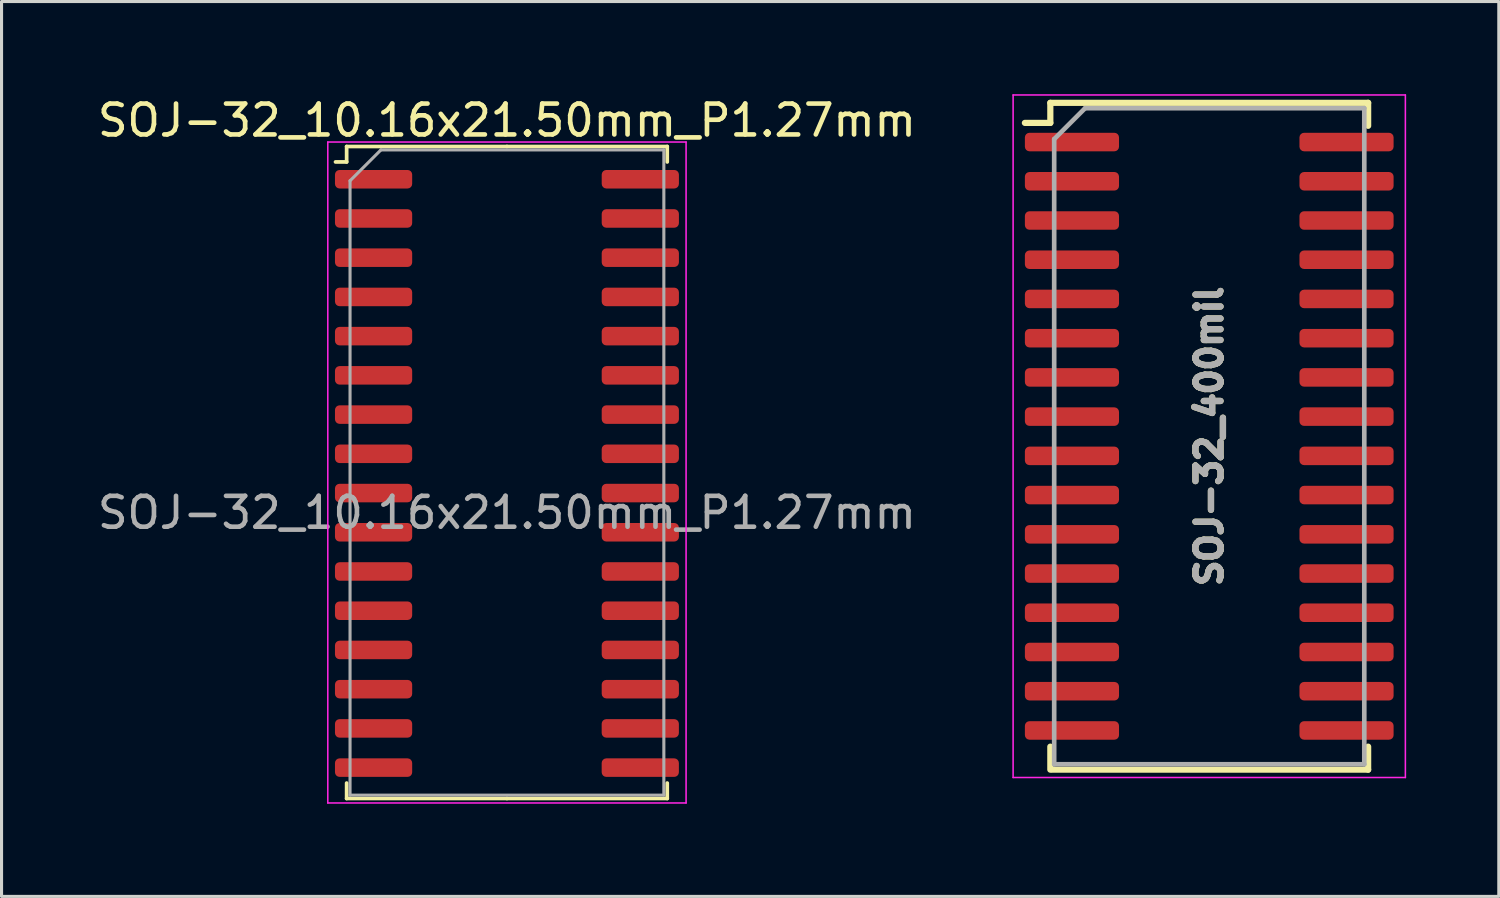
<source format=kicad_pcb>
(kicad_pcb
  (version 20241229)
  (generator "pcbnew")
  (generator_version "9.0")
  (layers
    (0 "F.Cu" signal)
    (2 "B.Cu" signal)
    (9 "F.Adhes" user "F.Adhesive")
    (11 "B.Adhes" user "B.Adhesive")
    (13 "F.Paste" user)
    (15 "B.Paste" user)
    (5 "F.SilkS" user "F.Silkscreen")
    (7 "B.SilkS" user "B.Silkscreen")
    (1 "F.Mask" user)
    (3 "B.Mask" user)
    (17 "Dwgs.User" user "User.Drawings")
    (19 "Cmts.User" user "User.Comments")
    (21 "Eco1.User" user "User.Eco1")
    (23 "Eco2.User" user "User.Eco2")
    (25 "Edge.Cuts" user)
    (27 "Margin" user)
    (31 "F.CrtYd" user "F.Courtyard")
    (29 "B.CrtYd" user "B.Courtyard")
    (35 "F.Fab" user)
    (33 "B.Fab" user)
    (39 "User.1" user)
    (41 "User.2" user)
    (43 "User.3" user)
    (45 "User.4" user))
  (footprint "SOJ-32_10.16x21.50mm_P1.27mm"
    (layer "F.Cu")
    (at 13.363 13.548)
    (property "Reference" "SOJ-32_10.16x21.50mm_P1.27mm" (at 0 -12.7 0) (layer "F.SilkS") (effects (font (size 1 1) (thickness 0.15))))
    (attr smd)
    (fp_line (start -5.19 -11.855) (end -5.19 -11.355) (stroke (width 0.12) (type solid)) (layer "F.SilkS"))
    (fp_line (start -5.19 -11.355) (end -5.55 -11.355) (stroke (width 0.12) (type solid)) (layer "F.SilkS"))
    (fp_line (start -5.19 9.255) (end -5.19 8.755) (stroke (width 0.12) (type solid)) (layer "F.SilkS"))
    (fp_line (start 0 -11.855) (end -5.19 -11.855) (stroke (width 0.12) (type solid)) (layer "F.SilkS"))
    (fp_line (start 0 -11.855) (end 5.19 -11.855) (stroke (width 0.12) (type solid)) (layer "F.SilkS"))
    (fp_line (start 0 9.255) (end -5.19 9.255) (stroke (width 0.12) (type solid)) (layer "F.SilkS"))
    (fp_line (start 0 9.255) (end 5.19 9.255) (stroke (width 0.12) (type solid)) (layer "F.SilkS"))
    (fp_line (start 5.19 -11.855) (end 5.19 -11.355) (stroke (width 0.12) (type solid)) (layer "F.SilkS"))
    (fp_line (start 5.19 9.255) (end 5.19 8.755) (stroke (width 0.12) (type solid)) (layer "F.SilkS"))
    (fp_line (start -5.8 -12) (end -5.8 9.4) (stroke (width 0.05) (type solid)) (layer "F.CrtYd"))
    (fp_line (start -5.8 9.4) (end 5.8 9.4) (stroke (width 0.05) (type solid)) (layer "F.CrtYd"))
    (fp_line (start 5.8 -12) (end -5.8 -12) (stroke (width 0.05) (type solid)) (layer "F.CrtYd"))
    (fp_line (start 5.8 9.4) (end 5.8 -12) (stroke (width 0.05) (type solid)) (layer "F.CrtYd"))
    (fp_line (start -5.08 -10.745) (end -4.08 -11.745) (stroke (width 0.1) (type solid)) (layer "F.Fab"))
    (fp_line (start -5.08 9.145) (end -5.08 -10.745) (stroke (width 0.1) (type solid)) (layer "F.Fab"))
    (fp_line (start -4.08 -11.745) (end 5.08 -11.745) (stroke (width 0.1) (type solid)) (layer "F.Fab"))
    (fp_line (start 5.08 -11.745) (end 5.08 9.145) (stroke (width 0.1) (type solid)) (layer "F.Fab"))
    (fp_line (start 5.08 9.145) (end -5.08 9.145) (stroke (width 0.1) (type solid)) (layer "F.Fab"))
    (fp_text user "${REFERENCE}" (at 0 0 0) (layer "F.Fab") (effects (font (size 1 1) (thickness 0.15))))
    (pad "1" smd roundrect (at -4.318 -10.795) (size 2.5 0.6) (layers "F.Cu" "F.Mask" "F.Paste") (roundrect_rratio 0.25))
    (pad "2" smd roundrect (at -4.318 -9.525) (size 2.5 0.6) (layers "F.Cu" "F.Mask" "F.Paste") (roundrect_rratio 0.25))
    (pad "3" smd roundrect (at -4.318 -8.255) (size 2.5 0.6) (layers "F.Cu" "F.Mask" "F.Paste") (roundrect_rratio 0.25))
    (pad "4" smd roundrect (at -4.318 -6.985) (size 2.5 0.6) (layers "F.Cu" "F.Mask" "F.Paste") (roundrect_rratio 0.25))
    (pad "5" smd roundrect (at -4.318 -5.715) (size 2.5 0.6) (layers "F.Cu" "F.Mask" "F.Paste") (roundrect_rratio 0.25))
    (pad "6" smd roundrect (at -4.318 -4.445) (size 2.5 0.6) (layers "F.Cu" "F.Mask" "F.Paste") (roundrect_rratio 0.25))
    (pad "7" smd roundrect (at -4.318 -3.175) (size 2.5 0.6) (layers "F.Cu" "F.Mask" "F.Paste") (roundrect_rratio 0.25))
    (pad "8" smd roundrect (at -4.318 -1.905) (size 2.5 0.6) (layers "F.Cu" "F.Mask" "F.Paste") (roundrect_rratio 0.25))
    (pad "9" smd roundrect (at -4.318 -0.635) (size 2.5 0.6) (layers "F.Cu" "F.Mask" "F.Paste") (roundrect_rratio 0.25))
    (pad "10" smd roundrect (at -4.318 0.635) (size 2.5 0.6) (layers "F.Cu" "F.Mask" "F.Paste") (roundrect_rratio 0.25))
    (pad "11" smd roundrect (at -4.318 1.905) (size 2.5 0.6) (layers "F.Cu" "F.Mask" "F.Paste") (roundrect_rratio 0.25))
    (pad "12" smd roundrect (at -4.318 3.175) (size 2.5 0.6) (layers "F.Cu" "F.Mask" "F.Paste") (roundrect_rratio 0.25))
    (pad "13" smd roundrect (at -4.318 4.445) (size 2.5 0.6) (layers "F.Cu" "F.Mask" "F.Paste") (roundrect_rratio 0.25))
    (pad "14" smd roundrect (at -4.318 5.715) (size 2.5 0.6) (layers "F.Cu" "F.Mask" "F.Paste") (roundrect_rratio 0.25))
    (pad "15" smd roundrect (at -4.318 6.985) (size 2.5 0.6) (layers "F.Cu" "F.Mask" "F.Paste") (roundrect_rratio 0.25))
    (pad "16" smd roundrect (at -4.318 8.255) (size 2.5 0.6) (layers "F.Cu" "F.Mask" "F.Paste") (roundrect_rratio 0.25))
    (pad "17" smd roundrect (at 4.317 8.255) (size 2.5 0.6) (layers "F.Cu" "F.Mask" "F.Paste") (roundrect_rratio 0.25))
    (pad "18" smd roundrect (at 4.317 6.985) (size 2.5 0.6) (layers "F.Cu" "F.Mask" "F.Paste") (roundrect_rratio 0.25))
    (pad "19" smd roundrect (at 4.318 5.715) (size 2.5 0.6) (layers "F.Cu" "F.Mask" "F.Paste") (roundrect_rratio 0.25))
    (pad "20" smd roundrect (at 4.318 4.445) (size 2.5 0.6) (layers "F.Cu" "F.Mask" "F.Paste") (roundrect_rratio 0.25))
    (pad "21" smd roundrect (at 4.318 3.175) (size 2.5 0.6) (layers "F.Cu" "F.Mask" "F.Paste") (roundrect_rratio 0.25))
    (pad "22" smd roundrect (at 4.318 1.905) (size 2.5 0.6) (layers "F.Cu" "F.Mask" "F.Paste") (roundrect_rratio 0.25))
    (pad "23" smd roundrect (at 4.318 0.635) (size 2.5 0.6) (layers "F.Cu" "F.Mask" "F.Paste") (roundrect_rratio 0.25))
    (pad "24" smd roundrect (at 4.318 -0.635) (size 2.5 0.6) (layers "F.Cu" "F.Mask" "F.Paste") (roundrect_rratio 0.25))
    (pad "25" smd roundrect (at 4.318 -1.905) (size 2.5 0.6) (layers "F.Cu" "F.Mask" "F.Paste") (roundrect_rratio 0.25))
    (pad "26" smd roundrect (at 4.318 -3.175) (size 2.5 0.6) (layers "F.Cu" "F.Mask" "F.Paste") (roundrect_rratio 0.25))
    (pad "27" smd roundrect (at 4.318 -4.445) (size 2.5 0.6) (layers "F.Cu" "F.Mask" "F.Paste") (roundrect_rratio 0.25))
    (pad "28" smd roundrect (at 4.318 -5.715) (size 2.5 0.6) (layers "F.Cu" "F.Mask" "F.Paste") (roundrect_rratio 0.25))
    (pad "29" smd roundrect (at 4.318 -6.985) (size 2.5 0.6) (layers "F.Cu" "F.Mask" "F.Paste") (roundrect_rratio 0.25))
    (pad "30" smd roundrect (at 4.318 -8.255) (size 2.5 0.6) (layers "F.Cu" "F.Mask" "F.Paste") (roundrect_rratio 0.25))
    (pad "31" smd roundrect (at 4.318 -9.525) (size 2.5 0.6) (layers "F.Cu" "F.Mask" "F.Paste") (roundrect_rratio 0.25))
    (pad "32" smd roundrect (at 4.318 -10.795) (size 2.5 0.6) (layers "F.Cu" "F.Mask" "F.Paste") (roundrect_rratio 0.25)))
  (footprint "SOJ-32_400mil"
    (layer "F.Cu")
    (at 36.101 11.074)
    (property "Reference" "SOJ-32_400mil" (at 0 0 270) (layer "F.Fab") (effects (font (size 0.813 0.813) (thickness 0.203))))
    (attr smd)
    (fp_line (start -5.145 -10.795) (end -5.145 -10.145) (stroke (width 0.2) (type solid)) (layer "F.SilkS"))
    (fp_line (start -5.145 -10.795) (end 5.145 -10.795) (stroke (width 0.2) (type solid)) (layer "F.SilkS"))
    (fp_line (start -5.145 -10.145) (end -5.969 -10.145) (stroke (width 0.2) (type solid)) (layer "F.SilkS"))
    (fp_line (start -5.145 10.795) (end -5.145 10.05) (stroke (width 0.2) (type solid)) (layer "F.SilkS"))
    (fp_line (start -5.08 10.795) (end 5.145 10.795) (stroke (width 0.2) (type solid)) (layer "F.SilkS"))
    (fp_line (start 5.145 -10.795) (end 5.145 -10.05) (stroke (width 0.2) (type solid)) (layer "F.SilkS"))
    (fp_line (start 5.145 10.795) (end 5.145 10.05) (stroke (width 0.2) (type solid)) (layer "F.SilkS"))
    (fp_line (start -6.35 -11.049) (end -6.35 11.049) (stroke (width 0.05) (type solid)) (layer "F.CrtYd"))
    (fp_line (start -6.35 -11.049) (end 6.35 -11.049) (stroke (width 0.05) (type solid)) (layer "F.CrtYd"))
    (fp_line (start -6.35 11.049) (end 6.35 11.049) (stroke (width 0.05) (type solid)) (layer "F.CrtYd"))
    (fp_line (start 6.35 -11.049) (end 6.35 11.049) (stroke (width 0.05) (type solid)) (layer "F.CrtYd"))
    (fp_line (start -5.02 -9.62) (end -5.02 10.62) (stroke (width 0.15) (type solid)) (layer "F.Fab"))
    (fp_line (start -5.02 -9.62) (end -4.02 -10.62) (stroke (width 0.15) (type solid)) (layer "F.Fab"))
    (fp_line (start -4.02 -10.62) (end 5.02 -10.62) (stroke (width 0.15) (type solid)) (layer "F.Fab"))
    (fp_line (start 5.02 -10.62) (end 5.02 10.62) (stroke (width 0.15) (type solid)) (layer "F.Fab"))
    (fp_line (start 5.02 10.62) (end -5.02 10.62) (stroke (width 0.15) (type solid)) (layer "F.Fab"))
    (fp_text user "${REFERENCE}" (at 0 0 270) (layer "F.SilkS") (effects (font (size 0.813 0.813) (thickness 0.203))))
    (pad "1" smd roundrect (at -4.445 -9.525) (size 3.048 0.6) (layers "F.Cu" "F.Mask" "F.Paste") (roundrect_rratio 0.25))
    (pad "2" smd roundrect (at -4.445 -8.255) (size 3.048 0.6) (layers "F.Cu" "F.Mask" "F.Paste") (roundrect_rratio 0.25))
    (pad "3" smd roundrect (at -4.445 -6.985) (size 3.048 0.6) (layers "F.Cu" "F.Mask" "F.Paste") (roundrect_rratio 0.25))
    (pad "4" smd roundrect (at -4.445 -5.715) (size 3.048 0.6) (layers "F.Cu" "F.Mask" "F.Paste") (roundrect_rratio 0.25))
    (pad "5" smd roundrect (at -4.445 -4.445) (size 3.048 0.6) (layers "F.Cu" "F.Mask" "F.Paste") (roundrect_rratio 0.25))
    (pad "6" smd roundrect (at -4.445 -3.175) (size 3.048 0.6) (layers "F.Cu" "F.Mask" "F.Paste") (roundrect_rratio 0.25))
    (pad "7" smd roundrect (at -4.445 -1.905) (size 3.048 0.6) (layers "F.Cu" "F.Mask" "F.Paste") (roundrect_rratio 0.25))
    (pad "8" smd roundrect (at -4.445 -0.635) (size 3.048 0.6) (layers "F.Cu" "F.Mask" "F.Paste") (roundrect_rratio 0.25))
    (pad "9" smd roundrect (at -4.445 0.635) (size 3.048 0.6) (layers "F.Cu" "F.Mask" "F.Paste") (roundrect_rratio 0.25))
    (pad "10" smd roundrect (at -4.445 1.905) (size 3.048 0.6) (layers "F.Cu" "F.Mask" "F.Paste") (roundrect_rratio 0.25))
    (pad "11" smd roundrect (at -4.445 3.175) (size 3.048 0.6) (layers "F.Cu" "F.Mask" "F.Paste") (roundrect_rratio 0.25))
    (pad "12" smd roundrect (at -4.445 4.445) (size 3.048 0.6) (layers "F.Cu" "F.Mask" "F.Paste") (roundrect_rratio 0.25))
    (pad "13" smd roundrect (at -4.445 5.715) (size 3.048 0.6) (layers "F.Cu" "F.Mask" "F.Paste") (roundrect_rratio 0.25))
    (pad "14" smd roundrect (at -4.445 6.985) (size 3.048 0.6) (layers "F.Cu" "F.Mask" "F.Paste") (roundrect_rratio 0.25))
    (pad "15" smd roundrect (at -4.445 8.255) (size 3.048 0.6) (layers "F.Cu" "F.Mask" "F.Paste") (roundrect_rratio 0.25))
    (pad "16" smd roundrect (at -4.445 9.525) (size 3.048 0.6) (layers "F.Cu" "F.Mask" "F.Paste") (roundrect_rratio 0.25))
    (pad "17" smd roundrect (at 4.445 9.525 180) (size 3.048 0.6) (layers "F.Cu" "F.Mask" "F.Paste") (roundrect_rratio 0.25))
    (pad "18" smd roundrect (at 4.445 8.255 180) (size 3.048 0.6) (layers "F.Cu" "F.Mask" "F.Paste") (roundrect_rratio 0.25))
    (pad "19" smd roundrect (at 4.445 6.985 180) (size 3.048 0.6) (layers "F.Cu" "F.Mask" "F.Paste") (roundrect_rratio 0.25))
    (pad "20" smd roundrect (at 4.445 5.715 180) (size 3.048 0.6) (layers "F.Cu" "F.Mask" "F.Paste") (roundrect_rratio 0.25))
    (pad "21" smd roundrect (at 4.445 4.445) (size 3.048 0.6) (layers "F.Cu" "F.Mask" "F.Paste") (roundrect_rratio 0.25))
    (pad "22" smd roundrect (at 4.445 3.175) (size 3.048 0.6) (layers "F.Cu" "F.Mask" "F.Paste") (roundrect_rratio 0.25))
    (pad "23" smd roundrect (at 4.445 1.905) (size 3.048 0.6) (layers "F.Cu" "F.Mask" "F.Paste") (roundrect_rratio 0.25))
    (pad "24" smd roundrect (at 4.445 0.635) (size 3.048 0.6) (layers "F.Cu" "F.Mask" "F.Paste") (roundrect_rratio 0.25))
    (pad "25" smd roundrect (at 4.445 -0.635) (size 3.048 0.6) (layers "F.Cu" "F.Mask" "F.Paste") (roundrect_rratio 0.25))
    (pad "26" smd roundrect (at 4.445 -1.905) (size 3.048 0.6) (layers "F.Cu" "F.Mask" "F.Paste") (roundrect_rratio 0.25))
    (pad "27" smd roundrect (at 4.445 -3.175) (size 3.048 0.6) (layers "F.Cu" "F.Mask" "F.Paste") (roundrect_rratio 0.25))
    (pad "28" smd roundrect (at 4.445 -4.445) (size 3.048 0.6) (layers "F.Cu" "F.Mask" "F.Paste") (roundrect_rratio 0.25))
    (pad "29" smd roundrect (at 4.445 -5.715) (size 3.048 0.6) (layers "F.Cu" "F.Mask" "F.Paste") (roundrect_rratio 0.25))
    (pad "30" smd roundrect (at 4.445 -6.985) (size 3.048 0.6) (layers "F.Cu" "F.Mask" "F.Paste") (roundrect_rratio 0.25))
    (pad "31" smd roundrect (at 4.445 -8.255) (size 3.048 0.6) (layers "F.Cu" "F.Mask" "F.Paste") (roundrect_rratio 0.25))
    (pad "32" smd roundrect (at 4.445 -9.525) (size 3.048 0.6) (layers "F.Cu" "F.Mask" "F.Paste") (roundrect_rratio 0.25)))
  (gr_rect
    (start -3 -3)
    (end 45.476 25.973)
    (stroke (width 0.1) (type default))
    (fill no)
    (layer "Edge.Cuts")))
</source>
